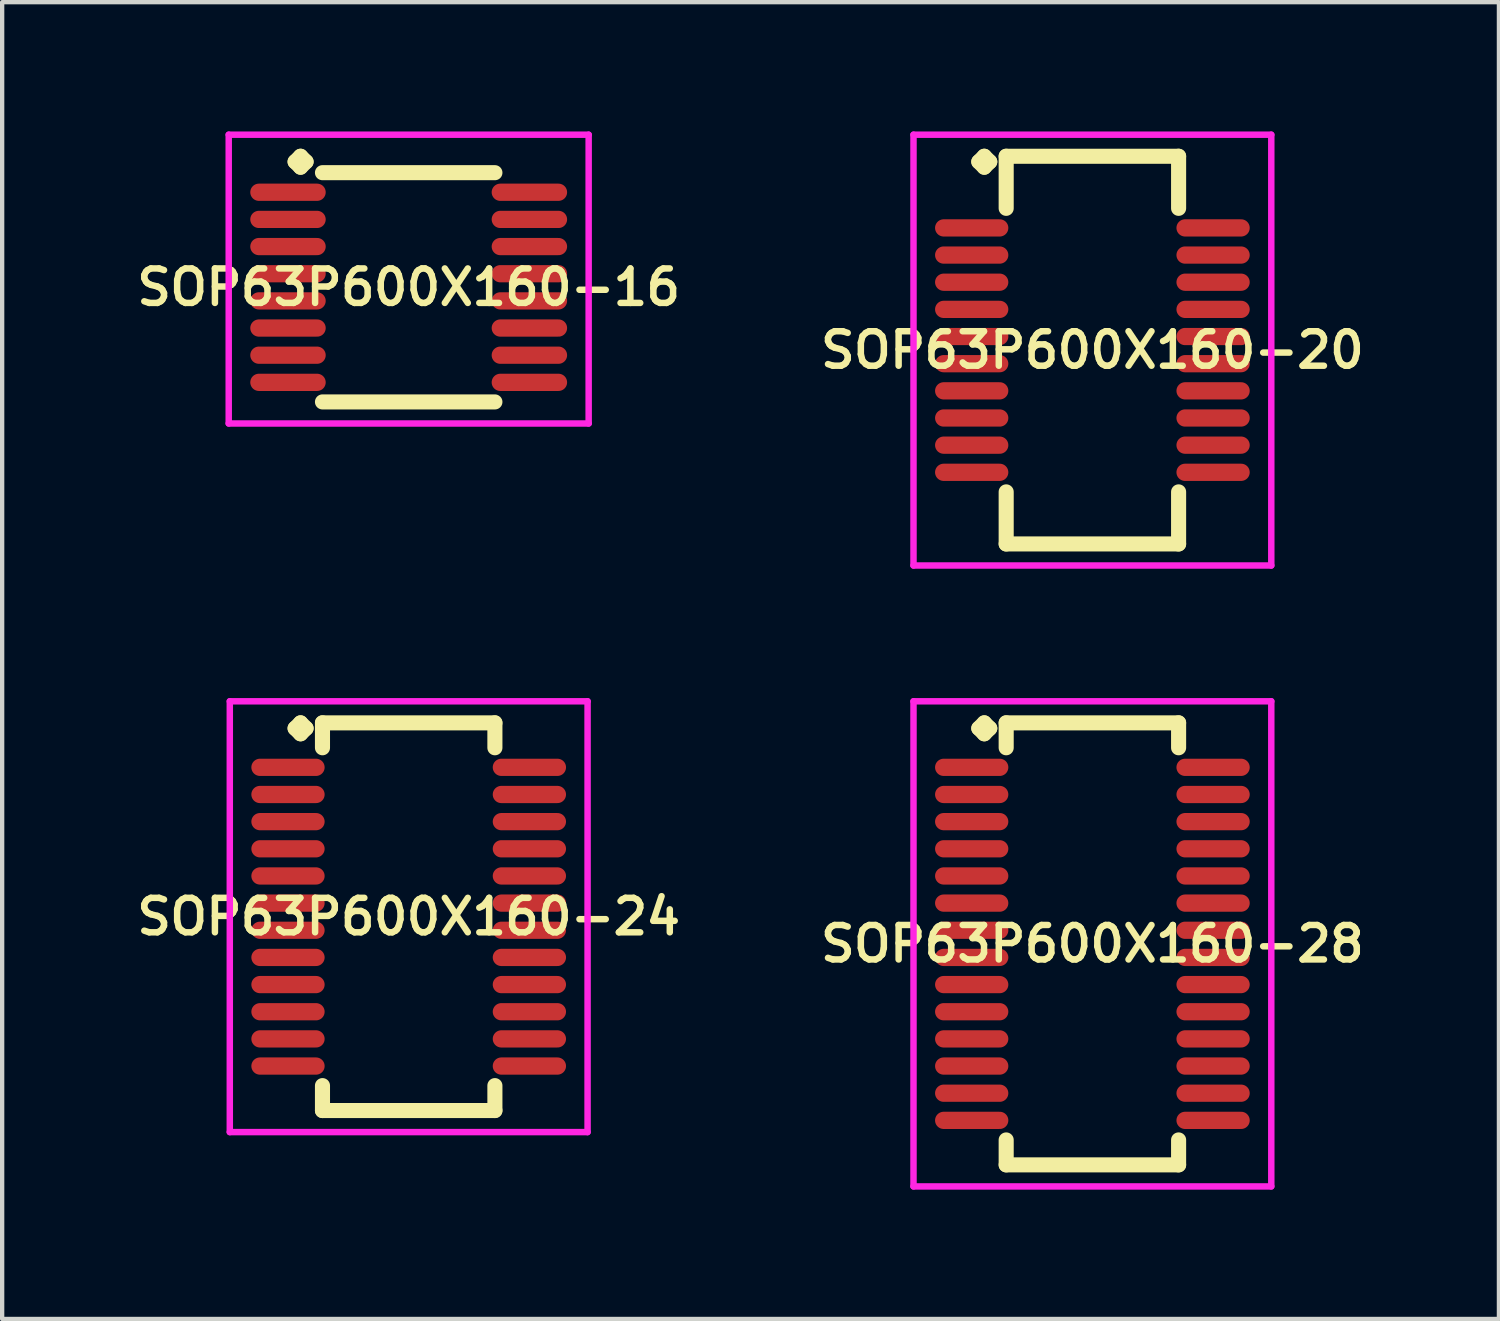
<source format=kicad_pcb>
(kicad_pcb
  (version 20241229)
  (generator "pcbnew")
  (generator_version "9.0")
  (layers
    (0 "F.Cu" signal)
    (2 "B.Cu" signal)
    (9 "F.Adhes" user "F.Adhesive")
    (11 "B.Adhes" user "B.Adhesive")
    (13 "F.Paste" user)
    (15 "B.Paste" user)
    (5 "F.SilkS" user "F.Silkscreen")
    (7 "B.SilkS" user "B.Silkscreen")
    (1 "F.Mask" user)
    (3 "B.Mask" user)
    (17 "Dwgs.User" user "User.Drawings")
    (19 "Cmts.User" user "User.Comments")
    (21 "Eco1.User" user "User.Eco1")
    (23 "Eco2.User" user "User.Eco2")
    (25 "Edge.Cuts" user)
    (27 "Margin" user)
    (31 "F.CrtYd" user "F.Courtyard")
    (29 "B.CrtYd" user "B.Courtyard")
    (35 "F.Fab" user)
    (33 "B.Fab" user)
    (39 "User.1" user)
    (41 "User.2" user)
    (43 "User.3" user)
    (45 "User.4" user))
  (footprint "SOP63P600X160-28"
    (layer "F.Cu")
    (at 22.292 18.846)
    (property "Reference" "SOP63P600X160-28" (at 0 0 0) (layer "F.SilkS") (effects (font (size 0.8 0.8) (thickness 0.15))))
    (attr smd)
    (fp_line (start -2.635 -5) (end -2.508 -5.127) (stroke (width 0.35) (type solid)) (layer "F.SilkS"))
    (fp_line (start -2.508 -5.127) (end -2.381 -5) (stroke (width 0.35) (type solid)) (layer "F.SilkS"))
    (fp_line (start -2.508 -4.873) (end -2.635 -5) (stroke (width 0.35) (type solid)) (layer "F.SilkS"))
    (fp_line (start -2.381 -5) (end -2.508 -4.873) (stroke (width 0.35) (type solid)) (layer "F.SilkS"))
    (fp_line (start -2 -5.127) (end 2 -5.127) (stroke (width 0.35) (type solid)) (layer "F.SilkS"))
    (fp_line (start -2 -4.549) (end -2 -5.127) (stroke (width 0.35) (type solid)) (layer "F.SilkS"))
    (fp_line (start -2 4.549) (end -2 5.127) (stroke (width 0.35) (type solid)) (layer "F.SilkS"))
    (fp_line (start -2 5.127) (end 2 5.127) (stroke (width 0.35) (type solid)) (layer "F.SilkS"))
    (fp_line (start 2 -5.127) (end 2 -4.549) (stroke (width 0.35) (type solid)) (layer "F.SilkS"))
    (fp_line (start 2 5.127) (end 2 4.549) (stroke (width 0.35) (type solid)) (layer "F.SilkS"))
    (fp_line (start -4.15 -5.627) (end 4.15 -5.627) (stroke (width 0.15) (type solid)) (layer "F.CrtYd"))
    (fp_line (start -4.15 5.627) (end -4.15 -5.627) (stroke (width 0.15) (type solid)) (layer "F.CrtYd"))
    (fp_line (start 4.15 -5.627) (end 4.15 5.627) (stroke (width 0.15) (type solid)) (layer "F.CrtYd"))
    (fp_line (start 4.15 5.627) (end -4.15 5.627) (stroke (width 0.15) (type solid)) (layer "F.CrtYd"))
    (pad "1" smd oval (at -2.8 -4.095) (size 1.7 0.4) (layers "F.Cu" "F.Mask" "F.Paste"))
    (pad "2" smd oval (at -2.8 -3.465) (size 1.7 0.4) (layers "F.Cu" "F.Mask" "F.Paste"))
    (pad "3" smd oval (at -2.8 -2.835) (size 1.7 0.4) (layers "F.Cu" "F.Mask" "F.Paste"))
    (pad "4" smd oval (at -2.8 -2.205) (size 1.7 0.4) (layers "F.Cu" "F.Mask" "F.Paste"))
    (pad "5" smd oval (at -2.8 -1.575) (size 1.7 0.4) (layers "F.Cu" "F.Mask" "F.Paste"))
    (pad "6" smd oval (at -2.8 -0.945) (size 1.7 0.4) (layers "F.Cu" "F.Mask" "F.Paste"))
    (pad "7" smd oval (at -2.8 -0.315) (size 1.7 0.4) (layers "F.Cu" "F.Mask" "F.Paste"))
    (pad "8" smd oval (at -2.8 0.315) (size 1.7 0.4) (layers "F.Cu" "F.Mask" "F.Paste"))
    (pad "9" smd oval (at -2.8 0.945) (size 1.7 0.4) (layers "F.Cu" "F.Mask" "F.Paste"))
    (pad "10" smd oval (at -2.8 1.575) (size 1.7 0.4) (layers "F.Cu" "F.Mask" "F.Paste"))
    (pad "11" smd oval (at -2.8 2.205) (size 1.7 0.4) (layers "F.Cu" "F.Mask" "F.Paste"))
    (pad "12" smd oval (at -2.8 2.835) (size 1.7 0.4) (layers "F.Cu" "F.Mask" "F.Paste"))
    (pad "13" smd oval (at -2.8 3.465) (size 1.7 0.4) (layers "F.Cu" "F.Mask" "F.Paste"))
    (pad "14" smd oval (at -2.8 4.095) (size 1.7 0.4) (layers "F.Cu" "F.Mask" "F.Paste"))
    (pad "15" smd oval (at 2.8 4.095) (size 1.7 0.4) (layers "F.Cu" "F.Mask" "F.Paste"))
    (pad "16" smd oval (at 2.8 3.465) (size 1.7 0.4) (layers "F.Cu" "F.Mask" "F.Paste"))
    (pad "17" smd oval (at 2.8 2.835) (size 1.7 0.4) (layers "F.Cu" "F.Mask" "F.Paste"))
    (pad "18" smd oval (at 2.8 2.205) (size 1.7 0.4) (layers "F.Cu" "F.Mask" "F.Paste"))
    (pad "19" smd oval (at 2.8 1.575) (size 1.7 0.4) (layers "F.Cu" "F.Mask" "F.Paste"))
    (pad "20" smd oval (at 2.8 0.945) (size 1.7 0.4) (layers "F.Cu" "F.Mask" "F.Paste"))
    (pad "21" smd oval (at 2.8 0.315) (size 1.7 0.4) (layers "F.Cu" "F.Mask" "F.Paste"))
    (pad "22" smd oval (at 2.8 -0.315) (size 1.7 0.4) (layers "F.Cu" "F.Mask" "F.Paste"))
    (pad "23" smd oval (at 2.8 -0.945) (size 1.7 0.4) (layers "F.Cu" "F.Mask" "F.Paste"))
    (pad "24" smd oval (at 2.8 -1.575) (size 1.7 0.4) (layers "F.Cu" "F.Mask" "F.Paste"))
    (pad "25" smd oval (at 2.8 -2.205) (size 1.7 0.4) (layers "F.Cu" "F.Mask" "F.Paste"))
    (pad "26" smd oval (at 2.8 -2.835) (size 1.7 0.4) (layers "F.Cu" "F.Mask" "F.Paste"))
    (pad "27" smd oval (at 2.8 -3.465) (size 1.7 0.4) (layers "F.Cu" "F.Mask" "F.Paste"))
    (pad "28" smd oval (at 2.8 -4.095) (size 1.7 0.4) (layers "F.Cu" "F.Mask" "F.Paste")))
  (footprint "SOP63P600X160-16"
    (layer "F.Cu")
    (at 6.431 3.615)
    (property "Reference" "SOP63P600X160-16" (at 0 0 0) (layer "F.SilkS") (effects (font (size 0.8 0.8) (thickness 0.15))))
    (attr smd)
    (fp_line (start -2.635 -2.913) (end -2.508 -3.04) (stroke (width 0.35) (type solid)) (layer "F.SilkS"))
    (fp_line (start -2.508 -3.04) (end -2.381 -2.913) (stroke (width 0.35) (type solid)) (layer "F.SilkS"))
    (fp_line (start -2.508 -2.786) (end -2.635 -2.913) (stroke (width 0.35) (type solid)) (layer "F.SilkS"))
    (fp_line (start -2.381 -2.913) (end -2.508 -2.786) (stroke (width 0.35) (type solid)) (layer "F.SilkS"))
    (fp_line (start -2 -2.659) (end 2 -2.659) (stroke (width 0.35) (type solid)) (layer "F.SilkS"))
    (fp_line (start -2 2.659) (end 2 2.659) (stroke (width 0.35) (type solid)) (layer "F.SilkS"))
    (fp_line (start -4.175 -3.54) (end 4.175 -3.54) (stroke (width 0.15) (type solid)) (layer "F.CrtYd"))
    (fp_line (start -4.175 3.159) (end -4.175 -3.54) (stroke (width 0.15) (type solid)) (layer "F.CrtYd"))
    (fp_line (start 4.175 -3.54) (end 4.175 3.159) (stroke (width 0.15) (type solid)) (layer "F.CrtYd"))
    (fp_line (start 4.175 3.159) (end -4.175 3.159) (stroke (width 0.15) (type solid)) (layer "F.CrtYd"))
    (pad "1" smd oval (at -2.8 -2.205) (size 1.75 0.4) (layers "F.Cu" "F.Mask" "F.Paste"))
    (pad "2" smd oval (at -2.8 -1.575) (size 1.75 0.4) (layers "F.Cu" "F.Mask" "F.Paste"))
    (pad "3" smd oval (at -2.8 -0.945) (size 1.75 0.4) (layers "F.Cu" "F.Mask" "F.Paste"))
    (pad "4" smd oval (at -2.8 -0.315) (size 1.75 0.4) (layers "F.Cu" "F.Mask" "F.Paste"))
    (pad "5" smd oval (at -2.8 0.315) (size 1.75 0.4) (layers "F.Cu" "F.Mask" "F.Paste"))
    (pad "6" smd oval (at -2.8 0.945) (size 1.75 0.4) (layers "F.Cu" "F.Mask" "F.Paste"))
    (pad "7" smd oval (at -2.8 1.575) (size 1.75 0.4) (layers "F.Cu" "F.Mask" "F.Paste"))
    (pad "8" smd oval (at -2.8 2.205) (size 1.75 0.4) (layers "F.Cu" "F.Mask" "F.Paste"))
    (pad "9" smd oval (at 2.8 2.205) (size 1.75 0.4) (layers "F.Cu" "F.Mask" "F.Paste"))
    (pad "10" smd oval (at 2.8 1.575) (size 1.75 0.4) (layers "F.Cu" "F.Mask" "F.Paste"))
    (pad "11" smd oval (at 2.8 0.945) (size 1.75 0.4) (layers "F.Cu" "F.Mask" "F.Paste"))
    (pad "12" smd oval (at 2.8 0.315) (size 1.75 0.4) (layers "F.Cu" "F.Mask" "F.Paste"))
    (pad "13" smd oval (at 2.8 -0.315) (size 1.75 0.4) (layers "F.Cu" "F.Mask" "F.Paste"))
    (pad "14" smd oval (at 2.8 -0.945) (size 1.75 0.4) (layers "F.Cu" "F.Mask" "F.Paste"))
    (pad "15" smd oval (at 2.8 -1.575) (size 1.75 0.4) (layers "F.Cu" "F.Mask" "F.Paste"))
    (pad "16" smd oval (at 2.8 -2.205) (size 1.75 0.4) (layers "F.Cu" "F.Mask" "F.Paste")))
  (footprint "SOP63P600X160-20"
    (layer "F.Cu")
    (at 22.292 5.072)
    (property "Reference" "SOP63P600X160-20" (at 0 0 0) (layer "F.SilkS") (effects (font (size 0.8 0.8) (thickness 0.15))))
    (attr smd)
    (fp_line (start -2.635 -4.37) (end -2.508 -4.497) (stroke (width 0.35) (type solid)) (layer "F.SilkS"))
    (fp_line (start -2.508 -4.497) (end -2.381 -4.37) (stroke (width 0.35) (type solid)) (layer "F.SilkS"))
    (fp_line (start -2.508 -4.243) (end -2.635 -4.37) (stroke (width 0.35) (type solid)) (layer "F.SilkS"))
    (fp_line (start -2.381 -4.37) (end -2.508 -4.243) (stroke (width 0.35) (type solid)) (layer "F.SilkS"))
    (fp_line (start -2 -4.497) (end 2 -4.497) (stroke (width 0.35) (type solid)) (layer "F.SilkS"))
    (fp_line (start -2 -3.289) (end -2 -4.497) (stroke (width 0.35) (type solid)) (layer "F.SilkS"))
    (fp_line (start -2 3.289) (end -2 4.497) (stroke (width 0.35) (type solid)) (layer "F.SilkS"))
    (fp_line (start -2 4.497) (end 2 4.497) (stroke (width 0.35) (type solid)) (layer "F.SilkS"))
    (fp_line (start 2 -4.497) (end 2 -3.289) (stroke (width 0.35) (type solid)) (layer "F.SilkS"))
    (fp_line (start 2 4.497) (end 2 3.289) (stroke (width 0.35) (type solid)) (layer "F.SilkS"))
    (fp_line (start -4.15 -4.997) (end 4.15 -4.997) (stroke (width 0.15) (type solid)) (layer "F.CrtYd"))
    (fp_line (start -4.15 4.997) (end -4.15 -4.997) (stroke (width 0.15) (type solid)) (layer "F.CrtYd"))
    (fp_line (start 4.15 -4.997) (end 4.15 4.997) (stroke (width 0.15) (type solid)) (layer "F.CrtYd"))
    (fp_line (start 4.15 4.997) (end -4.15 4.997) (stroke (width 0.15) (type solid)) (layer "F.CrtYd"))
    (pad "1" smd oval (at -2.8 -2.835) (size 1.7 0.4) (layers "F.Cu" "F.Mask" "F.Paste"))
    (pad "2" smd oval (at -2.8 -2.205) (size 1.7 0.4) (layers "F.Cu" "F.Mask" "F.Paste"))
    (pad "3" smd oval (at -2.8 -1.575) (size 1.7 0.4) (layers "F.Cu" "F.Mask" "F.Paste"))
    (pad "4" smd oval (at -2.8 -0.945) (size 1.7 0.4) (layers "F.Cu" "F.Mask" "F.Paste"))
    (pad "5" smd oval (at -2.8 -0.315) (size 1.7 0.4) (layers "F.Cu" "F.Mask" "F.Paste"))
    (pad "6" smd oval (at -2.8 0.315) (size 1.7 0.4) (layers "F.Cu" "F.Mask" "F.Paste"))
    (pad "7" smd oval (at -2.8 0.945) (size 1.7 0.4) (layers "F.Cu" "F.Mask" "F.Paste"))
    (pad "8" smd oval (at -2.8 1.575) (size 1.7 0.4) (layers "F.Cu" "F.Mask" "F.Paste"))
    (pad "9" smd oval (at -2.8 2.205) (size 1.7 0.4) (layers "F.Cu" "F.Mask" "F.Paste"))
    (pad "10" smd oval (at -2.8 2.835) (size 1.7 0.4) (layers "F.Cu" "F.Mask" "F.Paste"))
    (pad "11" smd oval (at 2.8 2.835) (size 1.7 0.4) (layers "F.Cu" "F.Mask" "F.Paste"))
    (pad "12" smd oval (at 2.8 2.205) (size 1.7 0.4) (layers "F.Cu" "F.Mask" "F.Paste"))
    (pad "13" smd oval (at 2.8 1.575) (size 1.7 0.4) (layers "F.Cu" "F.Mask" "F.Paste"))
    (pad "14" smd oval (at 2.8 0.945) (size 1.7 0.4) (layers "F.Cu" "F.Mask" "F.Paste"))
    (pad "15" smd oval (at 2.8 0.315) (size 1.7 0.4) (layers "F.Cu" "F.Mask" "F.Paste"))
    (pad "16" smd oval (at 2.8 -0.315) (size 1.7 0.4) (layers "F.Cu" "F.Mask" "F.Paste"))
    (pad "17" smd oval (at 2.8 -0.945) (size 1.7 0.4) (layers "F.Cu" "F.Mask" "F.Paste"))
    (pad "18" smd oval (at 2.8 -1.575) (size 1.7 0.4) (layers "F.Cu" "F.Mask" "F.Paste"))
    (pad "19" smd oval (at 2.8 -2.205) (size 1.7 0.4) (layers "F.Cu" "F.Mask" "F.Paste"))
    (pad "20" smd oval (at 2.8 -2.835) (size 1.7 0.4) (layers "F.Cu" "F.Mask" "F.Paste")))
  (footprint "SOP63P600X160-24"
    (layer "F.Cu")
    (at 6.431 18.216)
    (property "Reference" "SOP63P600X160-24" (at 0 0 0) (layer "F.SilkS") (effects (font (size 0.8 0.8) (thickness 0.15))))
    (attr smd)
    (fp_line (start -2.635 -4.37) (end -2.508 -4.497) (stroke (width 0.35) (type solid)) (layer "F.SilkS"))
    (fp_line (start -2.508 -4.497) (end -2.381 -4.37) (stroke (width 0.35) (type solid)) (layer "F.SilkS"))
    (fp_line (start -2.508 -4.243) (end -2.635 -4.37) (stroke (width 0.35) (type solid)) (layer "F.SilkS"))
    (fp_line (start -2.381 -4.37) (end -2.508 -4.243) (stroke (width 0.35) (type solid)) (layer "F.SilkS"))
    (fp_line (start -2 -4.497) (end 2 -4.497) (stroke (width 0.35) (type solid)) (layer "F.SilkS"))
    (fp_line (start -2 -3.919) (end -2 -4.497) (stroke (width 0.35) (type solid)) (layer "F.SilkS"))
    (fp_line (start -2 3.919) (end -2 4.497) (stroke (width 0.35) (type solid)) (layer "F.SilkS"))
    (fp_line (start -2 4.497) (end 2 4.497) (stroke (width 0.35) (type solid)) (layer "F.SilkS"))
    (fp_line (start 2 -4.497) (end 2 -3.919) (stroke (width 0.35) (type solid)) (layer "F.SilkS"))
    (fp_line (start 2 4.497) (end 2 3.919) (stroke (width 0.35) (type solid)) (layer "F.SilkS"))
    (fp_line (start -4.15 -4.997) (end 4.15 -4.997) (stroke (width 0.15) (type solid)) (layer "F.CrtYd"))
    (fp_line (start -4.15 4.997) (end -4.15 -4.997) (stroke (width 0.15) (type solid)) (layer "F.CrtYd"))
    (fp_line (start 4.15 -4.997) (end 4.15 4.997) (stroke (width 0.15) (type solid)) (layer "F.CrtYd"))
    (fp_line (start 4.15 4.997) (end -4.15 4.997) (stroke (width 0.15) (type solid)) (layer "F.CrtYd"))
    (pad "1" smd oval (at -2.8 -3.465) (size 1.7 0.4) (layers "F.Cu" "F.Mask" "F.Paste"))
    (pad "2" smd oval (at -2.8 -2.835) (size 1.7 0.4) (layers "F.Cu" "F.Mask" "F.Paste"))
    (pad "3" smd oval (at -2.8 -2.205) (size 1.7 0.4) (layers "F.Cu" "F.Mask" "F.Paste"))
    (pad "4" smd oval (at -2.8 -1.575) (size 1.7 0.4) (layers "F.Cu" "F.Mask" "F.Paste"))
    (pad "5" smd oval (at -2.8 -0.945) (size 1.7 0.4) (layers "F.Cu" "F.Mask" "F.Paste"))
    (pad "6" smd oval (at -2.8 -0.315) (size 1.7 0.4) (layers "F.Cu" "F.Mask" "F.Paste"))
    (pad "7" smd oval (at -2.8 0.315) (size 1.7 0.4) (layers "F.Cu" "F.Mask" "F.Paste"))
    (pad "8" smd oval (at -2.8 0.945) (size 1.7 0.4) (layers "F.Cu" "F.Mask" "F.Paste"))
    (pad "9" smd oval (at -2.8 1.575) (size 1.7 0.4) (layers "F.Cu" "F.Mask" "F.Paste"))
    (pad "10" smd oval (at -2.8 2.205) (size 1.7 0.4) (layers "F.Cu" "F.Mask" "F.Paste"))
    (pad "11" smd oval (at -2.8 2.835) (size 1.7 0.4) (layers "F.Cu" "F.Mask" "F.Paste"))
    (pad "12" smd oval (at -2.8 3.465) (size 1.7 0.4) (layers "F.Cu" "F.Mask" "F.Paste"))
    (pad "13" smd oval (at 2.8 3.465) (size 1.7 0.4) (layers "F.Cu" "F.Mask" "F.Paste"))
    (pad "14" smd oval (at 2.8 2.835) (size 1.7 0.4) (layers "F.Cu" "F.Mask" "F.Paste"))
    (pad "15" smd oval (at 2.8 2.205) (size 1.7 0.4) (layers "F.Cu" "F.Mask" "F.Paste"))
    (pad "16" smd oval (at 2.8 1.575) (size 1.7 0.4) (layers "F.Cu" "F.Mask" "F.Paste"))
    (pad "17" smd oval (at 2.8 0.945) (size 1.7 0.4) (layers "F.Cu" "F.Mask" "F.Paste"))
    (pad "18" smd oval (at 2.8 0.315) (size 1.7 0.4) (layers "F.Cu" "F.Mask" "F.Paste"))
    (pad "19" smd oval (at 2.8 -0.315) (size 1.7 0.4) (layers "F.Cu" "F.Mask" "F.Paste"))
    (pad "20" smd oval (at 2.8 -0.945) (size 1.7 0.4) (layers "F.Cu" "F.Mask" "F.Paste"))
    (pad "21" smd oval (at 2.8 -1.575) (size 1.7 0.4) (layers "F.Cu" "F.Mask" "F.Paste"))
    (pad "22" smd oval (at 2.8 -2.205) (size 1.7 0.4) (layers "F.Cu" "F.Mask" "F.Paste"))
    (pad "23" smd oval (at 2.8 -2.835) (size 1.7 0.4) (layers "F.Cu" "F.Mask" "F.Paste"))
    (pad "24" smd oval (at 2.8 -3.465) (size 1.7 0.4) (layers "F.Cu" "F.Mask" "F.Paste")))
  (gr_rect
    (start -3 -3)
    (end 31.723 27.548)
    (stroke (width 0.1) (type default))
    (fill no)
    (layer "Edge.Cuts")))
</source>
